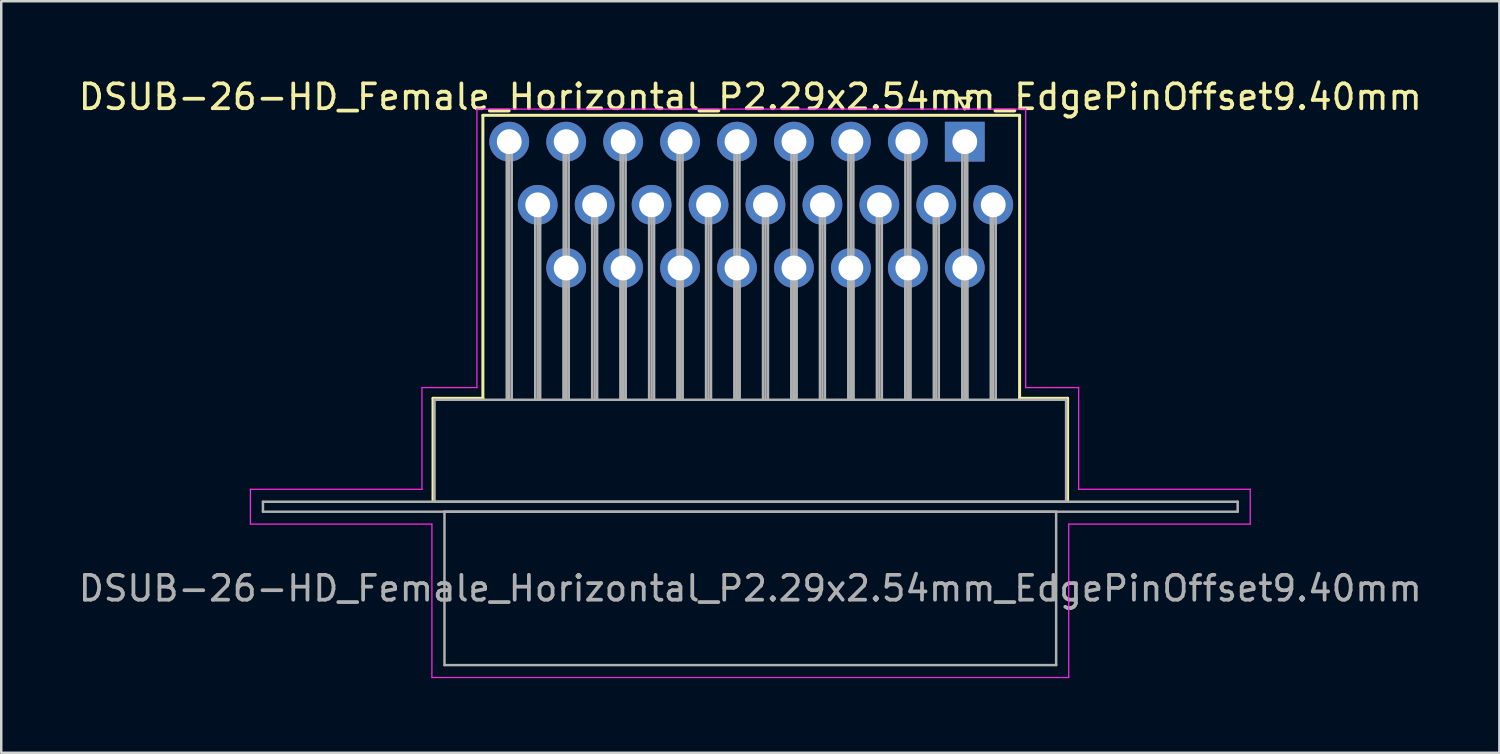
<source format=kicad_pcb>
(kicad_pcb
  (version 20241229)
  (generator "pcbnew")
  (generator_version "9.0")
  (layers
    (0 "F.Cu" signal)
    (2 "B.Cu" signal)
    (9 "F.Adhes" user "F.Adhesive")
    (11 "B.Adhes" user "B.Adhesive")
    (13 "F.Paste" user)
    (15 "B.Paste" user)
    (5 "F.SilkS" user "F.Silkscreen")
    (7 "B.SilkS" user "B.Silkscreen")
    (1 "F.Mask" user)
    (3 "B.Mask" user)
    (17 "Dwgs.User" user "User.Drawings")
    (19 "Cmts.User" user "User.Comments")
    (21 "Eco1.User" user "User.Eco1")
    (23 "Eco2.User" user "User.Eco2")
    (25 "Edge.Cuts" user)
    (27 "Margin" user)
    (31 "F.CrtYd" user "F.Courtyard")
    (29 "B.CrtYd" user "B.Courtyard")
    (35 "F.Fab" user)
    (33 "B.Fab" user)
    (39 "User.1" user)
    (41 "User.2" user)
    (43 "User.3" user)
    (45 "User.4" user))
  (footprint "DSUB-26-HD_Female_Horizontal_P2.29x2.54mm_EdgePinOffset9.40mm"
    (layer "F.Cu")
    (at 35.75 2.648)
    (property "Reference" "DSUB-26-HD_Female_Horizontal_P2.29x2.54mm_EdgePinOffset9.40mm" (at -8.625 -1.8 0) (layer "F.SilkS") (effects (font (size 1 1) (thickness 0.15))))
    (attr through_hole)
    (fp_line (start -21.385 10.32) (end -19.38 10.32) (stroke (width 0.12) (type solid)) (layer "F.SilkS"))
    (fp_line (start -21.385 14.42) (end -21.385 10.32) (stroke (width 0.12) (type solid)) (layer "F.SilkS"))
    (fp_line (start -19.38 -1.06) (end 2.205 -1.06) (stroke (width 0.12) (type solid)) (layer "F.SilkS"))
    (fp_line (start -19.38 10.32) (end -19.38 -1.06) (stroke (width 0.12) (type solid)) (layer "F.SilkS"))
    (fp_line (start -0.25 -1.754) (end 0.25 -1.754) (stroke (width 0.12) (type solid)) (layer "F.SilkS"))
    (fp_line (start 0 -1.321) (end -0.25 -1.754) (stroke (width 0.12) (type solid)) (layer "F.SilkS"))
    (fp_line (start 0.25 -1.754) (end 0 -1.321) (stroke (width 0.12) (type solid)) (layer "F.SilkS"))
    (fp_line (start 2.205 -1.06) (end 2.205 10.32) (stroke (width 0.12) (type solid)) (layer "F.SilkS"))
    (fp_line (start 2.205 10.32) (end 4.135 10.32) (stroke (width 0.12) (type solid)) (layer "F.SilkS"))
    (fp_line (start 4.135 10.32) (end 4.135 14.42) (stroke (width 0.12) (type solid)) (layer "F.SilkS"))
    (fp_line (start -28.73 13.98) (end -21.83 13.98) (stroke (width 0.05) (type solid)) (layer "F.CrtYd"))
    (fp_line (start -28.73 15.38) (end -28.73 13.98) (stroke (width 0.05) (type solid)) (layer "F.CrtYd"))
    (fp_line (start -21.83 9.89) (end -19.62 9.89) (stroke (width 0.05) (type solid)) (layer "F.CrtYd"))
    (fp_line (start -21.83 13.98) (end -21.83 9.89) (stroke (width 0.05) (type solid)) (layer "F.CrtYd"))
    (fp_line (start -21.43 15.38) (end -28.73 15.38) (stroke (width 0.05) (type solid)) (layer "F.CrtYd"))
    (fp_line (start -21.43 21.55) (end -21.43 15.38) (stroke (width 0.05) (type solid)) (layer "F.CrtYd"))
    (fp_line (start -19.62 -1.31) (end 2.45 -1.31) (stroke (width 0.05) (type solid)) (layer "F.CrtYd"))
    (fp_line (start -19.62 9.89) (end -19.62 -1.31) (stroke (width 0.05) (type solid)) (layer "F.CrtYd"))
    (fp_line (start 2.45 -1.31) (end 2.45 9.89) (stroke (width 0.05) (type solid)) (layer "F.CrtYd"))
    (fp_line (start 2.45 9.89) (end 4.58 9.89) (stroke (width 0.05) (type solid)) (layer "F.CrtYd"))
    (fp_line (start 4.18 15.38) (end 4.18 21.55) (stroke (width 0.05) (type solid)) (layer "F.CrtYd"))
    (fp_line (start 4.18 21.55) (end -21.43 21.55) (stroke (width 0.05) (type solid)) (layer "F.CrtYd"))
    (fp_line (start 4.58 9.89) (end 4.58 13.98) (stroke (width 0.05) (type solid)) (layer "F.CrtYd"))
    (fp_line (start 4.58 13.98) (end 11.48 13.98) (stroke (width 0.05) (type solid)) (layer "F.CrtYd"))
    (fp_line (start 11.48 13.98) (end 11.48 15.38) (stroke (width 0.05) (type solid)) (layer "F.CrtYd"))
    (fp_line (start 11.48 15.38) (end 4.18 15.38) (stroke (width 0.05) (type solid)) (layer "F.CrtYd"))
    (fp_line (start -28.225 14.48) (end -28.225 14.88) (stroke (width 0.1) (type solid)) (layer "F.Fab"))
    (fp_line (start -28.225 14.88) (end 10.975 14.88) (stroke (width 0.1) (type solid)) (layer "F.Fab"))
    (fp_line (start -21.325 10.38) (end -21.325 14.48) (stroke (width 0.1) (type solid)) (layer "F.Fab"))
    (fp_line (start -21.325 14.48) (end 4.075 14.48) (stroke (width 0.1) (type solid)) (layer "F.Fab"))
    (fp_line (start -20.925 14.88) (end -20.925 21.05) (stroke (width 0.1) (type solid)) (layer "F.Fab"))
    (fp_line (start -20.925 21.05) (end 3.675 21.05) (stroke (width 0.1) (type solid)) (layer "F.Fab"))
    (fp_line (start -18.42 0) (end -18.42 10.38) (stroke (width 0.1) (type solid)) (layer "F.Fab"))
    (fp_line (start -18.32 0) (end -18.32 10.38) (stroke (width 0.1) (type solid)) (layer "F.Fab"))
    (fp_line (start -18.22 0) (end -18.22 10.38) (stroke (width 0.1) (type solid)) (layer "F.Fab"))
    (fp_line (start -17.275 2.54) (end -17.275 10.38) (stroke (width 0.1) (type solid)) (layer "F.Fab"))
    (fp_line (start -17.175 2.54) (end -17.175 10.38) (stroke (width 0.1) (type solid)) (layer "F.Fab"))
    (fp_line (start -17.075 2.54) (end -17.075 10.38) (stroke (width 0.1) (type solid)) (layer "F.Fab"))
    (fp_line (start -16.13 0) (end -16.13 10.38) (stroke (width 0.1) (type solid)) (layer "F.Fab"))
    (fp_line (start -16.13 5.08) (end -16.13 10.38) (stroke (width 0.1) (type solid)) (layer "F.Fab"))
    (fp_line (start -16.03 0) (end -16.03 10.38) (stroke (width 0.1) (type solid)) (layer "F.Fab"))
    (fp_line (start -16.03 5.08) (end -16.03 10.38) (stroke (width 0.1) (type solid)) (layer "F.Fab"))
    (fp_line (start -15.93 0) (end -15.93 10.38) (stroke (width 0.1) (type solid)) (layer "F.Fab"))
    (fp_line (start -15.93 5.08) (end -15.93 10.38) (stroke (width 0.1) (type solid)) (layer "F.Fab"))
    (fp_line (start -14.985 2.54) (end -14.985 10.38) (stroke (width 0.1) (type solid)) (layer "F.Fab"))
    (fp_line (start -14.885 2.54) (end -14.885 10.38) (stroke (width 0.1) (type solid)) (layer "F.Fab"))
    (fp_line (start -14.785 2.54) (end -14.785 10.38) (stroke (width 0.1) (type solid)) (layer "F.Fab"))
    (fp_line (start -13.84 0) (end -13.84 10.38) (stroke (width 0.1) (type solid)) (layer "F.Fab"))
    (fp_line (start -13.84 5.08) (end -13.84 10.38) (stroke (width 0.1) (type solid)) (layer "F.Fab"))
    (fp_line (start -13.74 0) (end -13.74 10.38) (stroke (width 0.1) (type solid)) (layer "F.Fab"))
    (fp_line (start -13.74 5.08) (end -13.74 10.38) (stroke (width 0.1) (type solid)) (layer "F.Fab"))
    (fp_line (start -13.64 0) (end -13.64 10.38) (stroke (width 0.1) (type solid)) (layer "F.Fab"))
    (fp_line (start -13.64 5.08) (end -13.64 10.38) (stroke (width 0.1) (type solid)) (layer "F.Fab"))
    (fp_line (start -12.695 2.54) (end -12.695 10.38) (stroke (width 0.1) (type solid)) (layer "F.Fab"))
    (fp_line (start -12.595 2.54) (end -12.595 10.38) (stroke (width 0.1) (type solid)) (layer "F.Fab"))
    (fp_line (start -12.495 2.54) (end -12.495 10.38) (stroke (width 0.1) (type solid)) (layer "F.Fab"))
    (fp_line (start -11.55 0) (end -11.55 10.38) (stroke (width 0.1) (type solid)) (layer "F.Fab"))
    (fp_line (start -11.55 5.08) (end -11.55 10.38) (stroke (width 0.1) (type solid)) (layer "F.Fab"))
    (fp_line (start -11.45 0) (end -11.45 10.38) (stroke (width 0.1) (type solid)) (layer "F.Fab"))
    (fp_line (start -11.45 5.08) (end -11.45 10.38) (stroke (width 0.1) (type solid)) (layer "F.Fab"))
    (fp_line (start -11.35 0) (end -11.35 10.38) (stroke (width 0.1) (type solid)) (layer "F.Fab"))
    (fp_line (start -11.35 5.08) (end -11.35 10.38) (stroke (width 0.1) (type solid)) (layer "F.Fab"))
    (fp_line (start -10.405 2.54) (end -10.405 10.38) (stroke (width 0.1) (type solid)) (layer "F.Fab"))
    (fp_line (start -10.305 2.54) (end -10.305 10.38) (stroke (width 0.1) (type solid)) (layer "F.Fab"))
    (fp_line (start -10.205 2.54) (end -10.205 10.38) (stroke (width 0.1) (type solid)) (layer "F.Fab"))
    (fp_line (start -9.26 0) (end -9.26 10.38) (stroke (width 0.1) (type solid)) (layer "F.Fab"))
    (fp_line (start -9.26 5.08) (end -9.26 10.38) (stroke (width 0.1) (type solid)) (layer "F.Fab"))
    (fp_line (start -9.16 0) (end -9.16 10.38) (stroke (width 0.1) (type solid)) (layer "F.Fab"))
    (fp_line (start -9.16 5.08) (end -9.16 10.38) (stroke (width 0.1) (type solid)) (layer "F.Fab"))
    (fp_line (start -9.06 0) (end -9.06 10.38) (stroke (width 0.1) (type solid)) (layer "F.Fab"))
    (fp_line (start -9.06 5.08) (end -9.06 10.38) (stroke (width 0.1) (type solid)) (layer "F.Fab"))
    (fp_line (start -8.115 2.54) (end -8.115 10.38) (stroke (width 0.1) (type solid)) (layer "F.Fab"))
    (fp_line (start -8.015 2.54) (end -8.015 10.38) (stroke (width 0.1) (type solid)) (layer "F.Fab"))
    (fp_line (start -7.915 2.54) (end -7.915 10.38) (stroke (width 0.1) (type solid)) (layer "F.Fab"))
    (fp_line (start -6.97 0) (end -6.97 10.38) (stroke (width 0.1) (type solid)) (layer "F.Fab"))
    (fp_line (start -6.97 5.08) (end -6.97 10.38) (stroke (width 0.1) (type solid)) (layer "F.Fab"))
    (fp_line (start -6.87 0) (end -6.87 10.38) (stroke (width 0.1) (type solid)) (layer "F.Fab"))
    (fp_line (start -6.87 5.08) (end -6.87 10.38) (stroke (width 0.1) (type solid)) (layer "F.Fab"))
    (fp_line (start -6.77 0) (end -6.77 10.38) (stroke (width 0.1) (type solid)) (layer "F.Fab"))
    (fp_line (start -6.77 5.08) (end -6.77 10.38) (stroke (width 0.1) (type solid)) (layer "F.Fab"))
    (fp_line (start -5.825 2.54) (end -5.825 10.38) (stroke (width 0.1) (type solid)) (layer "F.Fab"))
    (fp_line (start -5.725 2.54) (end -5.725 10.38) (stroke (width 0.1) (type solid)) (layer "F.Fab"))
    (fp_line (start -5.625 2.54) (end -5.625 10.38) (stroke (width 0.1) (type solid)) (layer "F.Fab"))
    (fp_line (start -4.68 0) (end -4.68 10.38) (stroke (width 0.1) (type solid)) (layer "F.Fab"))
    (fp_line (start -4.68 5.08) (end -4.68 10.38) (stroke (width 0.1) (type solid)) (layer "F.Fab"))
    (fp_line (start -4.58 0) (end -4.58 10.38) (stroke (width 0.1) (type solid)) (layer "F.Fab"))
    (fp_line (start -4.58 5.08) (end -4.58 10.38) (stroke (width 0.1) (type solid)) (layer "F.Fab"))
    (fp_line (start -4.48 0) (end -4.48 10.38) (stroke (width 0.1) (type solid)) (layer "F.Fab"))
    (fp_line (start -4.48 5.08) (end -4.48 10.38) (stroke (width 0.1) (type solid)) (layer "F.Fab"))
    (fp_line (start -3.535 2.54) (end -3.535 10.38) (stroke (width 0.1) (type solid)) (layer "F.Fab"))
    (fp_line (start -3.435 2.54) (end -3.435 10.38) (stroke (width 0.1) (type solid)) (layer "F.Fab"))
    (fp_line (start -3.335 2.54) (end -3.335 10.38) (stroke (width 0.1) (type solid)) (layer "F.Fab"))
    (fp_line (start -2.39 0) (end -2.39 10.38) (stroke (width 0.1) (type solid)) (layer "F.Fab"))
    (fp_line (start -2.39 5.08) (end -2.39 10.38) (stroke (width 0.1) (type solid)) (layer "F.Fab"))
    (fp_line (start -2.29 0) (end -2.29 10.38) (stroke (width 0.1) (type solid)) (layer "F.Fab"))
    (fp_line (start -2.29 5.08) (end -2.29 10.38) (stroke (width 0.1) (type solid)) (layer "F.Fab"))
    (fp_line (start -2.19 0) (end -2.19 10.38) (stroke (width 0.1) (type solid)) (layer "F.Fab"))
    (fp_line (start -2.19 5.08) (end -2.19 10.38) (stroke (width 0.1) (type solid)) (layer "F.Fab"))
    (fp_line (start -1.245 2.54) (end -1.245 10.38) (stroke (width 0.1) (type solid)) (layer "F.Fab"))
    (fp_line (start -1.145 2.54) (end -1.145 10.38) (stroke (width 0.1) (type solid)) (layer "F.Fab"))
    (fp_line (start -1.045 2.54) (end -1.045 10.38) (stroke (width 0.1) (type solid)) (layer "F.Fab"))
    (fp_line (start -0.1 0) (end -0.1 10.38) (stroke (width 0.1) (type solid)) (layer "F.Fab"))
    (fp_line (start -0.1 5.08) (end -0.1 10.38) (stroke (width 0.1) (type solid)) (layer "F.Fab"))
    (fp_line (start 0 0) (end 0 10.38) (stroke (width 0.1) (type solid)) (layer "F.Fab"))
    (fp_line (start 0 5.08) (end 0 10.38) (stroke (width 0.1) (type solid)) (layer "F.Fab"))
    (fp_line (start 0.1 0) (end 0.1 10.38) (stroke (width 0.1) (type solid)) (layer "F.Fab"))
    (fp_line (start 0.1 5.08) (end 0.1 10.38) (stroke (width 0.1) (type solid)) (layer "F.Fab"))
    (fp_line (start 1.045 2.54) (end 1.045 10.38) (stroke (width 0.1) (type solid)) (layer "F.Fab"))
    (fp_line (start 1.145 2.54) (end 1.145 10.38) (stroke (width 0.1) (type solid)) (layer "F.Fab"))
    (fp_line (start 1.245 2.54) (end 1.245 10.38) (stroke (width 0.1) (type solid)) (layer "F.Fab"))
    (fp_line (start 3.675 14.88) (end -20.925 14.88) (stroke (width 0.1) (type solid)) (layer "F.Fab"))
    (fp_line (start 3.675 21.05) (end 3.675 14.88) (stroke (width 0.1) (type solid)) (layer "F.Fab"))
    (fp_line (start 4.075 10.38) (end -21.325 10.38) (stroke (width 0.1) (type solid)) (layer "F.Fab"))
    (fp_line (start 4.075 14.48) (end 4.075 10.38) (stroke (width 0.1) (type solid)) (layer "F.Fab"))
    (fp_line (start 10.975 14.48) (end -28.225 14.48) (stroke (width 0.1) (type solid)) (layer "F.Fab"))
    (fp_line (start 10.975 14.88) (end 10.975 14.48) (stroke (width 0.1) (type solid)) (layer "F.Fab"))
    (fp_text user "${REFERENCE}" (at -8.625 17.965 0) (layer "F.Fab") (effects (font (size 1 1) (thickness 0.15))))
    (pad "1" thru_hole rect (at 0 0) (size 1.6 1.6) (drill 1) (layers "*.Cu" "*.Mask"))
    (pad "2" thru_hole circle (at -2.29 0) (size 1.6 1.6) (drill 1) (layers "*.Cu" "*.Mask"))
    (pad "3" thru_hole circle (at -4.58 0) (size 1.6 1.6) (drill 1) (layers "*.Cu" "*.Mask"))
    (pad "4" thru_hole circle (at -6.87 0) (size 1.6 1.6) (drill 1) (layers "*.Cu" "*.Mask"))
    (pad "5" thru_hole circle (at -9.16 0) (size 1.6 1.6) (drill 1) (layers "*.Cu" "*.Mask"))
    (pad "6" thru_hole circle (at -11.45 0) (size 1.6 1.6) (drill 1) (layers "*.Cu" "*.Mask"))
    (pad "7" thru_hole circle (at -13.74 0) (size 1.6 1.6) (drill 1) (layers "*.Cu" "*.Mask"))
    (pad "8" thru_hole circle (at -16.03 0) (size 1.6 1.6) (drill 1) (layers "*.Cu" "*.Mask"))
    (pad "9" thru_hole circle (at -18.32 0) (size 1.6 1.6) (drill 1) (layers "*.Cu" "*.Mask"))
    (pad "10" thru_hole circle (at 1.145 2.54) (size 1.6 1.6) (drill 1) (layers "*.Cu" "*.Mask"))
    (pad "11" thru_hole circle (at -1.145 2.54) (size 1.6 1.6) (drill 1) (layers "*.Cu" "*.Mask"))
    (pad "12" thru_hole circle (at -3.435 2.54) (size 1.6 1.6) (drill 1) (layers "*.Cu" "*.Mask"))
    (pad "13" thru_hole circle (at -5.725 2.54) (size 1.6 1.6) (drill 1) (layers "*.Cu" "*.Mask"))
    (pad "14" thru_hole circle (at -8.015 2.54) (size 1.6 1.6) (drill 1) (layers "*.Cu" "*.Mask"))
    (pad "15" thru_hole circle (at -10.305 2.54) (size 1.6 1.6) (drill 1) (layers "*.Cu" "*.Mask"))
    (pad "16" thru_hole circle (at -12.595 2.54) (size 1.6 1.6) (drill 1) (layers "*.Cu" "*.Mask"))
    (pad "17" thru_hole circle (at -14.885 2.54) (size 1.6 1.6) (drill 1) (layers "*.Cu" "*.Mask"))
    (pad "18" thru_hole circle (at -17.175 2.54) (size 1.6 1.6) (drill 1) (layers "*.Cu" "*.Mask"))
    (pad "19" thru_hole circle (at 0 5.08) (size 1.6 1.6) (drill 1) (layers "*.Cu" "*.Mask"))
    (pad "20" thru_hole circle (at -2.29 5.08) (size 1.6 1.6) (drill 1) (layers "*.Cu" "*.Mask"))
    (pad "21" thru_hole circle (at -4.58 5.08) (size 1.6 1.6) (drill 1) (layers "*.Cu" "*.Mask"))
    (pad "22" thru_hole circle (at -6.87 5.08) (size 1.6 1.6) (drill 1) (layers "*.Cu" "*.Mask"))
    (pad "23" thru_hole circle (at -9.16 5.08) (size 1.6 1.6) (drill 1) (layers "*.Cu" "*.Mask"))
    (pad "24" thru_hole circle (at -11.45 5.08) (size 1.6 1.6) (drill 1) (layers "*.Cu" "*.Mask"))
    (pad "25" thru_hole circle (at -13.74 5.08) (size 1.6 1.6) (drill 1) (layers "*.Cu" "*.Mask"))
    (pad "26" thru_hole circle (at -16.03 5.08) (size 1.6 1.6) (drill 1) (layers "*.Cu" "*.Mask")))
  (gr_rect
    (start -3 -3)
    (end 57.25 27.223)
    (stroke (width 0.1) (type default))
    (fill no)
    (layer "Edge.Cuts")))
</source>
